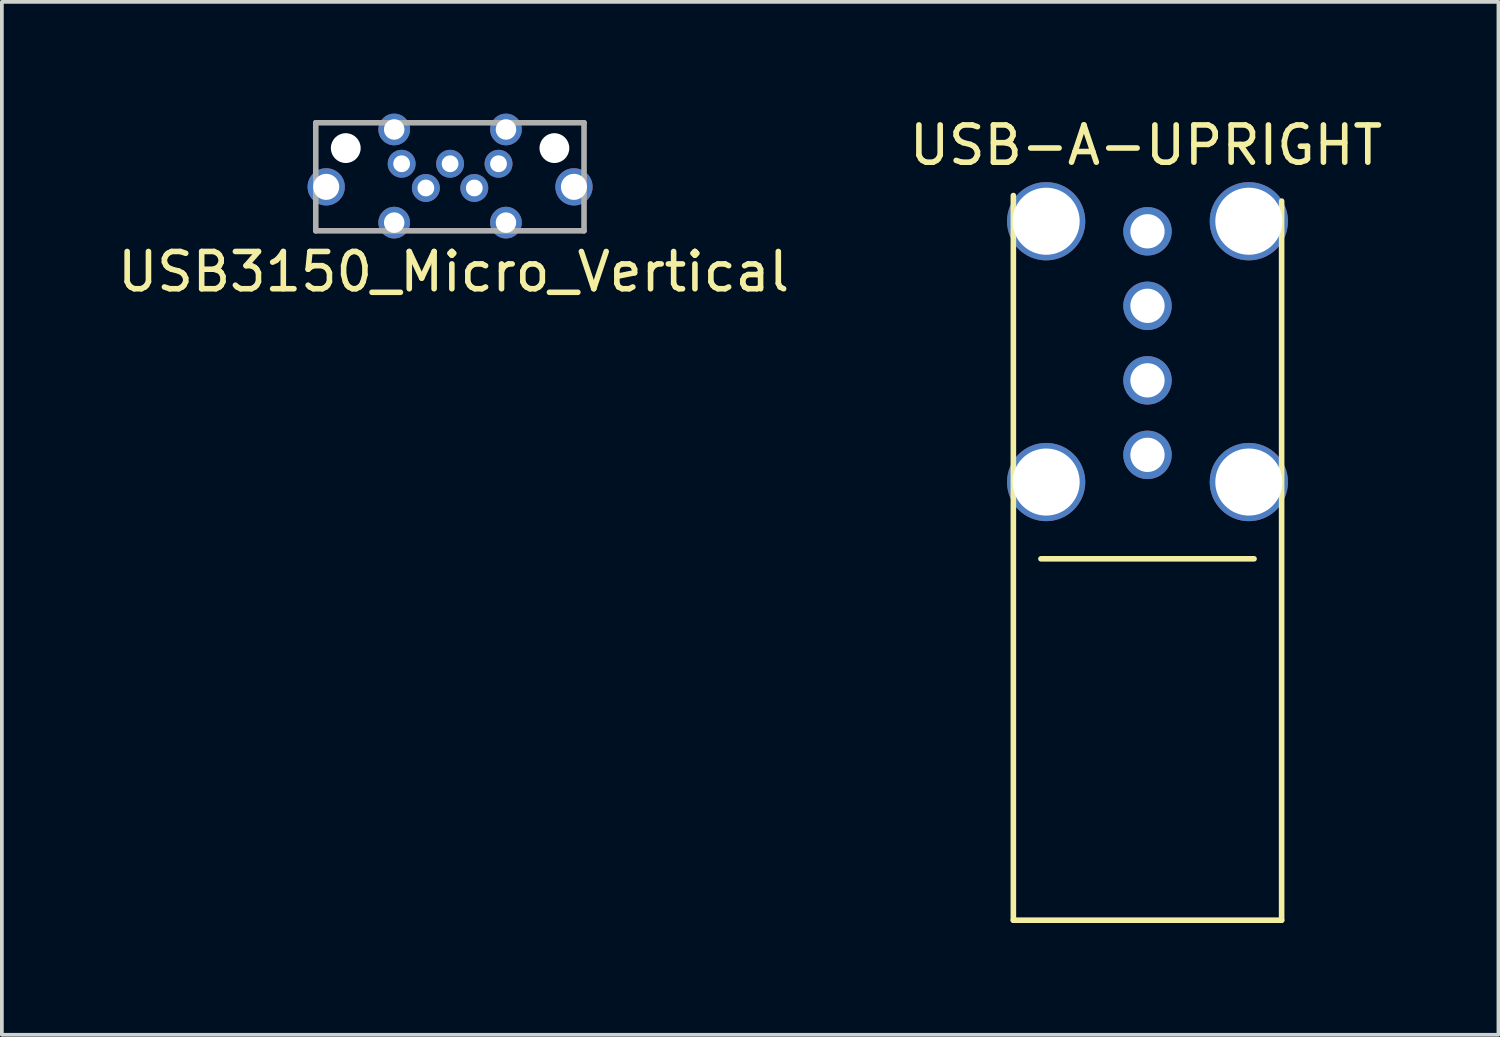
<source format=kicad_pcb>
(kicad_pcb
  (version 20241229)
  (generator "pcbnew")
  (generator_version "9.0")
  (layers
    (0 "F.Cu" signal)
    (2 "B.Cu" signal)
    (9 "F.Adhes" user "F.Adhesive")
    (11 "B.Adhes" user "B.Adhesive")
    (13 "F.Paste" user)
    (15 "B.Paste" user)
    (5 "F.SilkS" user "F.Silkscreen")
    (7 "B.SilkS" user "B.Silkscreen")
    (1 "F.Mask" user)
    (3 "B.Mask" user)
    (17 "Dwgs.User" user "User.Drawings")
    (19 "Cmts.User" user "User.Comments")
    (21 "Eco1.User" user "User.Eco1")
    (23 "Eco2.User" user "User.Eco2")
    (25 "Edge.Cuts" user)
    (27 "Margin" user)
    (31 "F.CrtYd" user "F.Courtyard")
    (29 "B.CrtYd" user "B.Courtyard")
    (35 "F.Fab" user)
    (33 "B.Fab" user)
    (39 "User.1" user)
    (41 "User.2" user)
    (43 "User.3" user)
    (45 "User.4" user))
  (footprint "USB3150_Micro_Vertical"
    (layer "F.Cu")
    (at 9.03 1.345)
    (property "Reference" "USB3150_Micro_Vertical" (at 0.095 2.9 0) (layer "F.SilkS") (effects (font (size 1 1) (thickness 0.15))))
    (attr through_hole)
    (fp_line (start -3.605 -1.1) (end 3.595 -1.1) (stroke (width 0.15) (type solid)) (layer "F.Fab"))
    (fp_line (start -3.605 1.8) (end -3.605 -1.1) (stroke (width 0.15) (type solid)) (layer "F.Fab"))
    (fp_line (start 3.595 -1.1) (end 3.595 1.8) (stroke (width 0.15) (type solid)) (layer "F.Fab"))
    (fp_line (start 3.595 1.8) (end -3.605 1.8) (stroke (width 0.15) (type solid)) (layer "F.Fab"))
    (pad "" np_thru_hole circle (at -2.8 -0.42) (size 0.8 0.8) (drill 0.8) (layers "*.Cu" "*.Mask"))
    (pad "" np_thru_hole circle (at 2.8 -0.42) (size 0.8 0.8) (drill 0.8) (layers "*.Cu" "*.Mask"))
    (pad "1" thru_hole circle (at -1.3 0) (size 0.75 0.75) (drill 0.45) (layers "*.Cu" "*.Mask"))
    (pad "2" thru_hole circle (at -0.65 0.65) (size 0.75 0.75) (drill 0.45) (layers "*.Cu" "*.Mask"))
    (pad "3" thru_hole circle (at 0 0) (size 0.75 0.75) (drill 0.45) (layers "*.Cu" "*.Mask"))
    (pad "4" thru_hole circle (at 0.65 0.65) (size 0.75 0.75) (drill 0.45) (layers "*.Cu" "*.Mask"))
    (pad "5" thru_hole circle (at 1.3 0) (size 0.75 0.75) (drill 0.45) (layers "*.Cu" "*.Mask"))
    (pad "6" thru_hole circle (at -3.325 0.62) (size 1 1) (drill 0.7) (layers "*.Cu" "*.Mask"))
    (pad "6" thru_hole circle (at -1.5 -0.92) (size 0.85 0.85) (drill 0.55) (layers "*.Cu" "*.Mask"))
    (pad "6" thru_hole circle (at -1.5 1.58) (size 0.85 0.85) (drill 0.55) (layers "*.Cu" "*.Mask"))
    (pad "6" thru_hole circle (at 1.5 -0.92) (size 0.85 0.85) (drill 0.55) (layers "*.Cu" "*.Mask"))
    (pad "6" thru_hole circle (at 1.5 1.58) (size 0.85 0.85) (drill 0.55) (layers "*.Cu" "*.Mask"))
    (pad "6" thru_hole circle (at 3.325 0.62) (size 1 1) (drill 0.7) (layers "*.Cu" "*.Mask")))
  (footprint "USB-A-UPRIGHT"
    (layer "F.Cu")
    (at 27.748 6.158)
    (property "Reference" "USB-A-UPRIGHT" (at -0.04 -5.31 0) (layer "F.SilkS") (effects (font (size 1 1) (thickness 0.15))))
    (attr through_hole)
    (fp_line (start -3.6 15.49) (end -3.6 -3.96) (stroke (width 0.15) (type solid)) (layer "F.SilkS"))
    (fp_line (start 2.86 5.79) (end -2.86 5.79) (stroke (width 0.15) (type solid)) (layer "F.SilkS"))
    (fp_line (start 3.6 15.49) (end -3.6 15.49) (stroke (width 0.15) (type solid)) (layer "F.SilkS"))
    (fp_line (start 3.6 15.49) (end 3.6 -3.81) (stroke (width 0.15) (type solid)) (layer "F.SilkS"))
    (pad "D+" thru_hole circle (at 0 1) (size 1.3 1.3) (drill 0.92) (layers "*.Cu" "*.Mask"))
    (pad "D-" thru_hole circle (at 0 -1) (size 1.3 1.3) (drill 0.92) (layers "*.Cu" "*.Mask"))
    (pad "GND" thru_hole circle (at -2.72 -3.27) (size 2.1 2.1) (drill 1.8) (layers "*.Cu" "*.Mask"))
    (pad "GND" thru_hole circle (at -2.72 3.73) (size 2.1 2.1) (drill 1.8) (layers "*.Cu" "*.Mask"))
    (pad "GND" thru_hole circle (at 0 3) (size 1.3 1.3) (drill 0.92) (layers "*.Cu" "*.Mask"))
    (pad "GND" thru_hole circle (at 2.72 -3.27) (size 2.1 2.1) (drill 1.8) (layers "*.Cu" "*.Mask"))
    (pad "GND" thru_hole circle (at 2.72 3.73) (size 2.1 2.1) (drill 1.8) (layers "*.Cu" "*.Mask"))
    (pad "VBUS" thru_hole circle (at 0 -3) (size 1.3 1.3) (drill 0.92) (layers "*.Cu" "*.Mask")))
  (gr_rect
    (start -3 -3)
    (end 37.167 24.723)
    (stroke (width 0.1) (type default))
    (fill no)
    (layer "Edge.Cuts")))
</source>
